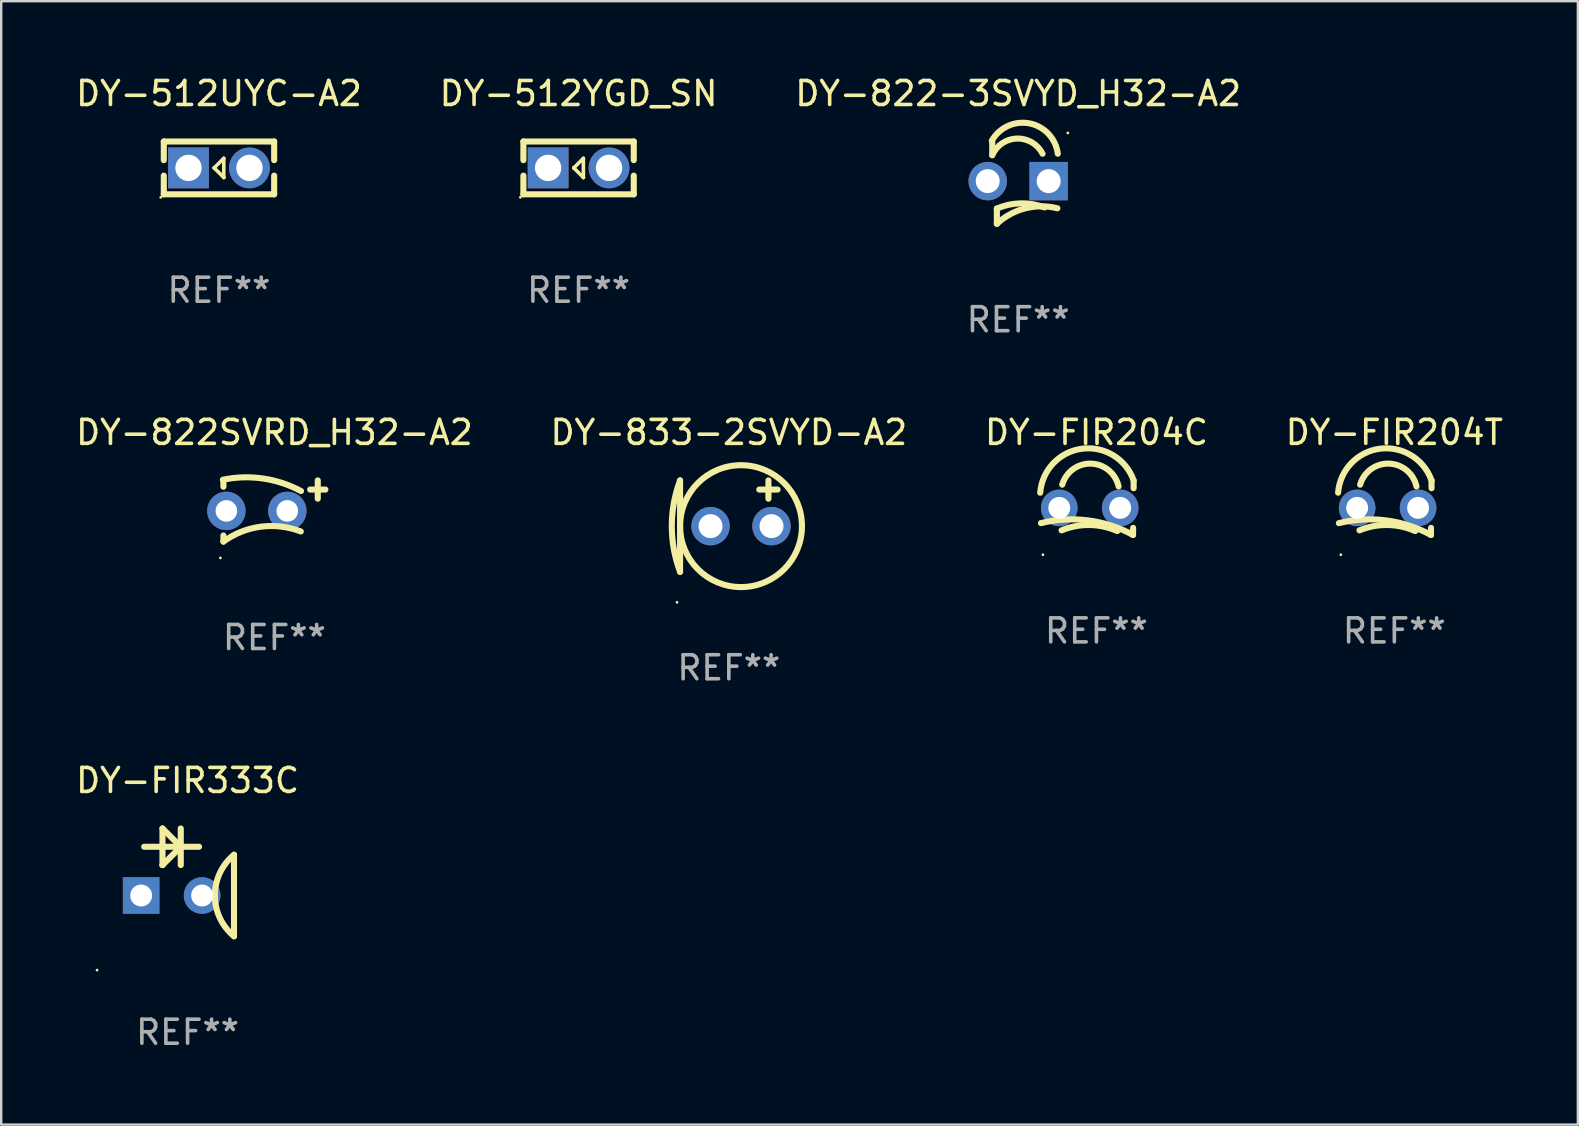
<source format=kicad_pcb>
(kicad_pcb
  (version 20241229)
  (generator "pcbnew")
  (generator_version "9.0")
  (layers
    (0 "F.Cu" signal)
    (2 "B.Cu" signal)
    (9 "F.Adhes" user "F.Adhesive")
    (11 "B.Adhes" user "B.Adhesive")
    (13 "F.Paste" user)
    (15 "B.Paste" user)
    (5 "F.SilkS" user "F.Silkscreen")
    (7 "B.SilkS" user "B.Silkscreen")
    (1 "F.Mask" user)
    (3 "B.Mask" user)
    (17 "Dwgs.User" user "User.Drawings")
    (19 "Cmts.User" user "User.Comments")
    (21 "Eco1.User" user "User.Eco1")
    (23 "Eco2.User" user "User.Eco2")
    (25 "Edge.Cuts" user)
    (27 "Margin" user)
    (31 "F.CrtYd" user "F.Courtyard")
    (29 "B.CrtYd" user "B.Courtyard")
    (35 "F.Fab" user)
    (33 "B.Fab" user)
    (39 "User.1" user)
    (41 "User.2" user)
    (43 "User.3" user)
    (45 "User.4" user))
  (footprint "DY-512YGD_SN"
    (layer "F.Cu")
    (at 21.065 3.948)
    (property "Reference" "DY-512YGD_SN" (at 0 -3.1 0) (layer "F.SilkS") (effects (font (size 1 1) (thickness 0.15))))
    (attr through_hole)
    (fp_line (start -2.3 -1.1) (end -2.3 -0.323) (stroke (width 0.254) (type solid)) (layer "F.SilkS"))
    (fp_line (start -2.3 -1.1) (end 2.3 -1.1) (stroke (width 0.254) (type solid)) (layer "F.SilkS"))
    (fp_line (start -2.3 0.323) (end -2.3 1.1) (stroke (width 0.254) (type solid)) (layer "F.SilkS"))
    (fp_line (start -2.3 1.1) (end 2.3 1.1) (stroke (width 0.254) (type solid)) (layer "F.SilkS"))
    (fp_line (start -0.2 -0.000051) (end -0.2 -0.000051) (stroke (width 0.15) (type solid)) (layer "F.SilkS"))
    (fp_line (start -0.2 -0.000051) (end 0.2 -0.4) (stroke (width 0.15) (type solid)) (layer "F.SilkS"))
    (fp_line (start 0.2 0.4) (end -0.2 -0.000051) (stroke (width 0.15) (type solid)) (layer "F.SilkS"))
    (fp_line (start 0.2 0.4) (end 0.2 -0.4) (stroke (width 0.15) (type solid)) (layer "F.SilkS"))
    (fp_line (start 0.2 0.4) (end 0.2 0.4) (stroke (width 0.15) (type solid)) (layer "F.SilkS"))
    (fp_line (start 2.3 -1.1) (end 2.3 -0.323) (stroke (width 0.254) (type solid)) (layer "F.SilkS"))
    (fp_line (start 2.3 0.323) (end 2.3 1.1) (stroke (width 0.254) (type solid)) (layer "F.SilkS"))
    (fp_circle (center -2.427 1.227) (end -2.397 1.227) (stroke (width 0.06) (type solid)) (fill no) (layer "F.SilkS"))
    (fp_text user "REF**" (at 0 5.1 0) (layer "F.Fab") (effects (font (size 1 1) (thickness 0.15))))
    (pad "1" thru_hole rect (at -1.27 0) (size 1.7 1.7) (drill 1.1) (layers "*.Cu" "*.Mask"))
    (pad "2" thru_hole circle (at 1.27 0) (size 1.7 1.7) (drill 1.1) (layers "*.Cu" "*.Mask")))
  (footprint "DY-822SVRD_H32-A2"
    (layer "F.Cu")
    (at 8.387 18.248)
    (property "Reference" "DY-822SVRD_H32-A2" (at 0 -3.275 0) (layer "F.SilkS") (effects (font (size 1 1) (thickness 0.15))))
    (attr through_hole)
    (fp_line (start -2.125 -1.265) (end -2.125 -1.011) (stroke (width 0.254) (type solid)) (layer "F.SilkS"))
    (fp_line (start -2.125 1.275) (end -2.125 1.021) (stroke (width 0.254) (type solid)) (layer "F.SilkS"))
    (fp_line (start 1.49 -0.894) (end 2.125 -0.894) (stroke (width 0.254) (type solid)) (layer "F.SilkS"))
    (fp_line (start 1.807 -0.513) (end 1.807 -1.275) (stroke (width 0.254) (type solid)) (layer "F.SilkS"))
    (fp_arc (start -2.148349 -1.302858) (mid -0.478554 -1.355044) (end 1.107912 -0.831535) (stroke (width 0.254001) (type solid)) (layer "F.SilkS"))
    (fp_arc (start -2.124829 1.27474) (mid -0.565957 0.654289) (end 1.100088 0.852615) (stroke (width 0.254001) (type solid)) (layer "F.SilkS"))
    (fp_circle (center -2.252 1.955) (end -2.222 1.955) (stroke (width 0.06) (type solid)) (fill no) (layer "F.SilkS"))
    (fp_text user "REF**" (at 0 5.275 0) (layer "F.Fab") (effects (font (size 1 1) (thickness 0.15))))
    (pad "1" thru_hole circle (at -2.002 -0.004) (size 1.6 1.6) (drill 0.9) (layers "*.Cu" "*.Mask"))
    (pad "2" thru_hole circle (at 0.538 -0.004) (size 1.6 1.6) (drill 0.9) (layers "*.Cu" "*.Mask")))
  (footprint "DY-FIR333C"
    (layer "F.Cu")
    (at 4.768 33.727)
    (property "Reference" "DY-FIR333C" (at 0 -4.247 0) (layer "F.SilkS") (effects (font (size 1 1) (thickness 0.15))))
    (attr through_hole)
    (fp_line (start -1.808 -1.485) (end 0.478 -1.485) (stroke (width 0.254) (type solid)) (layer "F.SilkS"))
    (fp_line (start -1.046 -2.247) (end -1.046 -0.723) (stroke (width 0.254) (type solid)) (layer "F.SilkS"))
    (fp_line (start -1.046 -0.723) (end -1.044 -0.723) (stroke (width 0.254) (type solid)) (layer "F.SilkS"))
    (fp_line (start -1.044 -0.723) (end -0.282 -1.485) (stroke (width 0.254) (type solid)) (layer "F.SilkS"))
    (fp_line (start -0.284 -2.247) (end -0.284 -0.723) (stroke (width 0.254) (type solid)) (layer "F.SilkS"))
    (fp_line (start -0.284 -1.485) (end -1.046 -2.247) (stroke (width 0.254) (type solid)) (layer "F.SilkS"))
    (fp_line (start -0.278 -1.485) (end -0.284 -1.485) (stroke (width 0.254) (type solid)) (layer "F.SilkS"))
    (fp_line (start 1.935 -1.153) (end 1.935 2.247) (stroke (width 0.254) (type solid)) (layer "F.SilkS"))
    (fp_arc (start 1.935979 2.246266) (mid 1.1372 0.547002) (end 1.93598 -1.152261) (stroke (width 0.254001) (type solid)) (layer "F.SilkS"))
    (fp_circle (center -3.773 3.655) (end -3.743 3.655) (stroke (width 0.06) (type solid)) (fill no) (layer "F.SilkS"))
    (fp_text user "REF**" (at 0 6.247 0) (layer "F.Fab") (effects (font (size 1 1) (thickness 0.15))))
    (pad "1" thru_hole rect (at -1.935 0.547) (size 1.524 1.524) (drill 0.914) (layers "*.Cu" "*.Mask"))
    (pad "2" thru_hole circle (at 0.605 0.547) (size 1.524 1.524) (drill 0.914) (layers "*.Cu" "*.Mask")))
  (footprint "DY-FIR204C"
    (layer "F.Cu")
    (at 42.649 18.11)
    (property "Reference" "DY-FIR204C" (at 0 -3.137 0) (layer "F.SilkS") (effects (font (size 1 1) (thickness 0.15))))
    (attr through_hole)
    (fp_line (start 1.529 0.842) (end 1.525 1.137) (stroke (width 0.254) (type solid)) (layer "F.SilkS"))
    (fp_line (start 1.55 -1.137) (end 1.55 -0.811) (stroke (width 0.254) (type solid)) (layer "F.SilkS"))
    (fp_arc (start -2.344336 -0.624664) (mid -0.604362 -2.457931) (end 1.550229 -1.136525) (stroke (width 0.254001) (type solid)) (layer "F.SilkS"))
    (fp_arc (start -2.31223 0.643358) (mid -0.347208 0.529557) (end 1.525184 1.136526) (stroke (width 0.254001) (type solid)) (layer "F.SilkS"))
    (fp_arc (start -1.45348 0.944425) (mid -0.289454 0.72139) (end 0.868415 0.974448) (stroke (width 0.254001) (type solid)) (layer "F.SilkS"))
    (fp_arc (start -1.426174 -0.958548) (mid -0.223791 -1.836179) (end 0.922695 -0.88669) (stroke (width 0.254001) (type solid)) (layer "F.SilkS"))
    (fp_circle (center -2.231 1.96) (end -2.201 1.96) (stroke (width 0.06) (type solid)) (fill no) (layer "F.SilkS"))
    (fp_text user "REF**" (at 0 5.137 0) (layer "F.Fab") (effects (font (size 1 1) (thickness 0.15))))
    (pad "1" thru_hole circle (at -1.55 0.008) (size 1.524 1.524) (drill 0.914) (layers "*.Cu" "*.Mask"))
    (pad "2" thru_hole circle (at 0.99 0.008) (size 1.524 1.524) (drill 0.914) (layers "*.Cu" "*.Mask")))
  (footprint "DY-512UYC-A2"
    (layer "F.Cu")
    (at 6.077 3.948)
    (property "Reference" "DY-512UYC-A2" (at 0 -3.1 0) (layer "F.SilkS") (effects (font (size 1 1) (thickness 0.15))))
    (attr through_hole)
    (fp_line (start -2.3 -1.1) (end -2.3 -0.323) (stroke (width 0.254) (type solid)) (layer "F.SilkS"))
    (fp_line (start -2.3 -1.1) (end 2.3 -1.1) (stroke (width 0.254) (type solid)) (layer "F.SilkS"))
    (fp_line (start -2.3 0.323) (end -2.3 1.1) (stroke (width 0.254) (type solid)) (layer "F.SilkS"))
    (fp_line (start -2.3 1.1) (end 2.3 1.1) (stroke (width 0.254) (type solid)) (layer "F.SilkS"))
    (fp_line (start -0.2 -0.000051) (end -0.2 -0.000051) (stroke (width 0.15) (type solid)) (layer "F.SilkS"))
    (fp_line (start -0.2 -0.000051) (end 0.2 -0.4) (stroke (width 0.15) (type solid)) (layer "F.SilkS"))
    (fp_line (start 0.2 0.4) (end -0.2 -0.000051) (stroke (width 0.15) (type solid)) (layer "F.SilkS"))
    (fp_line (start 0.2 0.4) (end 0.2 -0.4) (stroke (width 0.15) (type solid)) (layer "F.SilkS"))
    (fp_line (start 0.2 0.4) (end 0.2 0.4) (stroke (width 0.15) (type solid)) (layer "F.SilkS"))
    (fp_line (start 2.3 -1.1) (end 2.3 -0.323) (stroke (width 0.254) (type solid)) (layer "F.SilkS"))
    (fp_line (start 2.3 0.323) (end 2.3 1.1) (stroke (width 0.254) (type solid)) (layer "F.SilkS"))
    (fp_circle (center -2.427 1.227) (end -2.397 1.227) (stroke (width 0.06) (type solid)) (fill no) (layer "F.SilkS"))
    (fp_text user "REF**" (at 0 5.1 0) (layer "F.Fab") (effects (font (size 1 1) (thickness 0.15))))
    (pad "1" thru_hole rect (at -1.27 0) (size 1.7 1.7) (drill 1.1) (layers "*.Cu" "*.Mask"))
    (pad "2" thru_hole circle (at 1.27 0) (size 1.7 1.7) (drill 1.1) (layers "*.Cu" "*.Mask")))
  (footprint "DY-833-2SVYD-A2"
    (layer "F.Cu")
    (at 27.327 18.879)
    (property "Reference" "DY-833-2SVYD-A2" (at 0 -3.905 0) (layer "F.SilkS") (effects (font (size 1 1) (thickness 0.15))))
    (attr through_hole)
    (fp_line (start -2.032 -1.905) (end -2.032 1.905) (stroke (width 0.254) (type solid)) (layer "F.SilkS"))
    (fp_line (start 1.651 -1.905) (end 1.651 -1.143) (stroke (width 0.254) (type solid)) (layer "F.SilkS"))
    (fp_line (start 2.032 -1.524) (end 1.27 -1.524) (stroke (width 0.254) (type solid)) (layer "F.SilkS"))
    (fp_arc (start -2.031999 1.905) (mid -2.377441 0) (end -2.031999 -1.905) (stroke (width 0.254001) (type solid)) (layer "F.SilkS"))
    (fp_circle (center -2.159 3.175) (end -2.129 3.175) (stroke (width 0.06) (type solid)) (fill no) (layer "F.SilkS"))
    (fp_circle (center 0.508 0) (end 3.048 0) (stroke (width 0.254) (type solid)) (fill no) (layer "F.SilkS"))
    (fp_text user "REF**" (at 0 5.905 0) (layer "F.Fab") (effects (font (size 1 1) (thickness 0.15))))
    (pad "1" thru_hole circle (at -0.762 0) (size 1.6 1.6) (drill 1) (layers "*.Cu" "*.Mask"))
    (pad "2" thru_hole circle (at 1.778 0) (size 1.6 1.6) (drill 1) (layers "*.Cu" "*.Mask")))
  (footprint "DY-822-3SVYD_H32-A2"
    (layer "F.Cu")
    (at 39.387 4.563)
    (property "Reference" "DY-822-3SVYD_H32-A2" (at 0 -3.715 0) (layer "F.SilkS") (effects (font (size 1 1) (thickness 0.15))))
    (attr through_hole)
    (fp_line (start -1.081 -1.145) (end -1.081 -1.715) (stroke (width 0.254) (type solid)) (layer "F.SilkS"))
    (fp_line (start -0.889 1.08) (end -0.889 1.715) (stroke (width 0.254) (type solid)) (layer "F.SilkS"))
    (fp_arc (start -1.100228 -1.743307) (mid 0.469678 -2.470684) (end 1.651003 -1.206502) (stroke (width 0.254001) (type solid)) (layer "F.SilkS"))
    (fp_arc (start -1.081356 -1.144856) (mid -0.052181 -1.839268) (end 1.016002 -1.206502) (stroke (width 0.254001) (type solid)) (layer "F.SilkS"))
    (fp_arc (start -0.889002 1.079502) (mid 0.099036 0.862802) (end 1.09619 1.032689) (stroke (width 0.254001) (type solid)) (layer "F.SilkS"))
    (fp_arc (start -0.889002 1.714503) (mid 0.290793 1.071523) (end 1.634417 1.068021) (stroke (width 0.254001) (type solid)) (layer "F.SilkS"))
    (fp_circle (center 2.07 -2.072) (end 2.1 -2.072) (stroke (width 0.06) (type solid)) (fill no) (layer "F.SilkS"))
    (fp_text user "REF**" (at 0 5.715 0) (layer "F.Fab") (effects (font (size 1 1) (thickness 0.15))))
    (pad "1" thru_hole rect (at 1.27 -0.064 180) (size 1.6 1.6) (drill 1) (layers "*.Cu" "*.Mask"))
    (pad "2" thru_hole circle (at -1.27 -0.064) (size 1.6 1.6) (drill 1) (layers "*.Cu" "*.Mask")))
  (footprint "DY-FIR204T"
    (layer "F.Cu")
    (at 55.065 18.11)
    (property "Reference" "DY-FIR204T" (at 0 -3.137 0) (layer "F.SilkS") (effects (font (size 1 1) (thickness 0.15))))
    (attr through_hole)
    (fp_line (start 1.529 0.842) (end 1.525 1.137) (stroke (width 0.254) (type solid)) (layer "F.SilkS"))
    (fp_line (start 1.55 -1.137) (end 1.55 -0.811) (stroke (width 0.254) (type solid)) (layer "F.SilkS"))
    (fp_arc (start -2.344336 -0.624664) (mid -0.604362 -2.457931) (end 1.550229 -1.136525) (stroke (width 0.254001) (type solid)) (layer "F.SilkS"))
    (fp_arc (start -2.31223 0.643358) (mid -0.347208 0.529557) (end 1.525184 1.136526) (stroke (width 0.254001) (type solid)) (layer "F.SilkS"))
    (fp_arc (start -1.45348 0.944425) (mid -0.289454 0.72139) (end 0.868415 0.974448) (stroke (width 0.254001) (type solid)) (layer "F.SilkS"))
    (fp_arc (start -1.426174 -0.958548) (mid -0.223791 -1.836179) (end 0.922695 -0.88669) (stroke (width 0.254001) (type solid)) (layer "F.SilkS"))
    (fp_circle (center -2.231 1.96) (end -2.201 1.96) (stroke (width 0.06) (type solid)) (fill no) (layer "F.SilkS"))
    (fp_text user "REF**" (at 0 5.137 0) (layer "F.Fab") (effects (font (size 1 1) (thickness 0.15))))
    (pad "1" thru_hole circle (at -1.55 0.008) (size 1.524 1.524) (drill 0.914) (layers "*.Cu" "*.Mask"))
    (pad "2" thru_hole circle (at 0.99 0.008) (size 1.524 1.524) (drill 0.914) (layers "*.Cu" "*.Mask")))
  (gr_rect
    (start -3 -3)
    (end 62.714 43.823)
    (stroke (width 0.1) (type default))
    (fill no)
    (layer "Edge.Cuts")))
</source>
